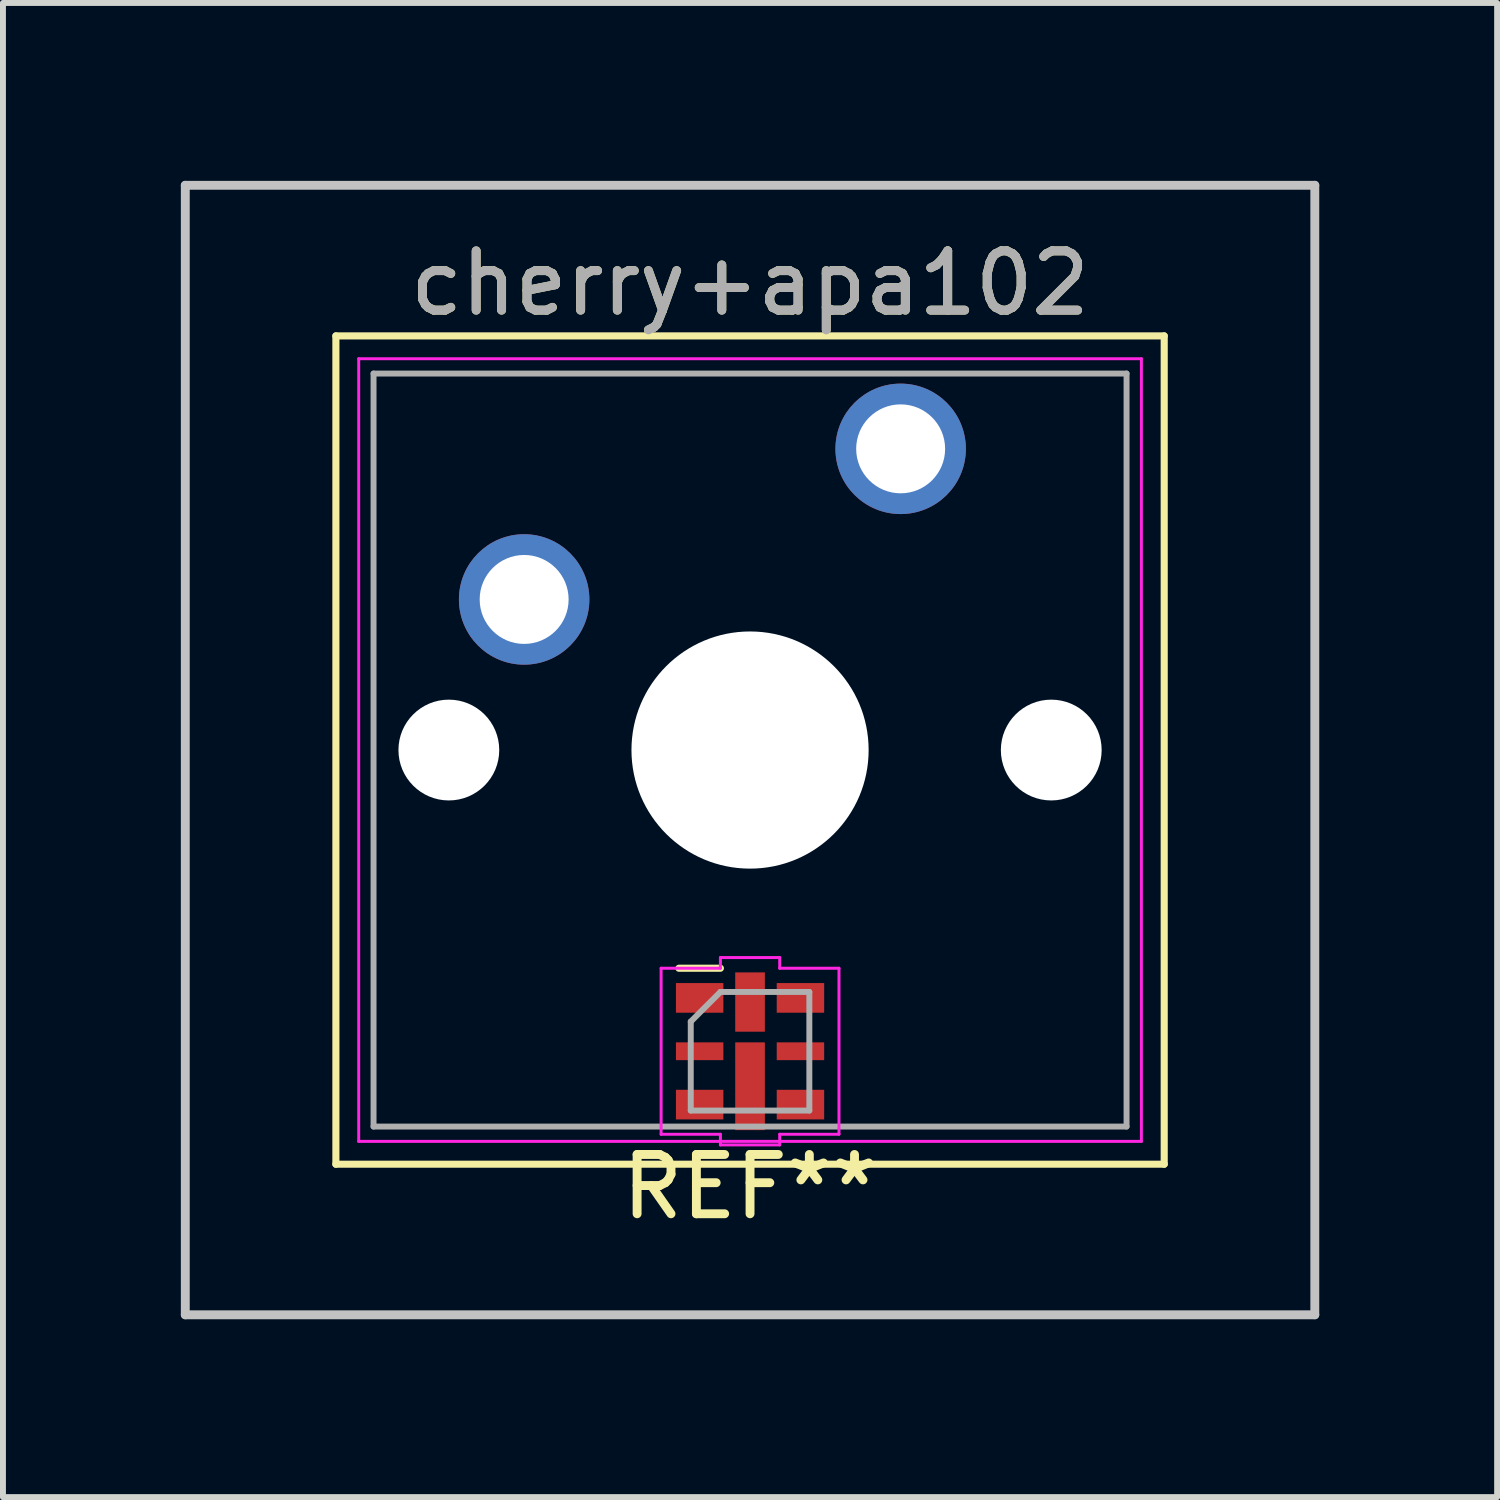
<source format=kicad_pcb>
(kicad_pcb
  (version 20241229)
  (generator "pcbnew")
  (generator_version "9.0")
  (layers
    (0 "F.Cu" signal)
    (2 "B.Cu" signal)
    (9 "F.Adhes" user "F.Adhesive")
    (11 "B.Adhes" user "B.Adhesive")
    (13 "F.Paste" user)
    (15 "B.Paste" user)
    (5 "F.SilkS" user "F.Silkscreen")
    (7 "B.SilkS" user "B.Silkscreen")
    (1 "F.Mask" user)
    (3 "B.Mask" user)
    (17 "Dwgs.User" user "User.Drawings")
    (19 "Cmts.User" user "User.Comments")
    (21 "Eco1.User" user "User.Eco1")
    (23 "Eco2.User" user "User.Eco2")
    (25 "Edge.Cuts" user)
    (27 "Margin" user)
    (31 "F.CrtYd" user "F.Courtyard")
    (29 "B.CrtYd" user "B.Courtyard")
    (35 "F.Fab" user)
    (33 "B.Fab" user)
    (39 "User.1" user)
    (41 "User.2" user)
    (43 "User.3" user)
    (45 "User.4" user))
  (footprint "cherry+apa102"
    (layer "F.Cu")
    (at 12.14 4.52)
    (property "Reference" "cherry+apa102" (at -2.54 -2.794 0) (layer "F.SilkS") (effects (font (size 1 1) (thickness 0.15))))
    (attr through_hole)
    (fp_line (start -9.525 -1.905) (end 4.445 -1.905) (stroke (width 0.12) (type solid)) (layer "F.SilkS"))
    (fp_line (start -9.525 12.065) (end -9.525 -1.905) (stroke (width 0.12) (type solid)) (layer "F.SilkS"))
    (fp_line (start -3.74 8.76) (end -3.04 8.76) (stroke (width 0.12) (type solid)) (layer "F.SilkS"))
    (fp_line (start 4.445 -1.905) (end 4.445 12.065) (stroke (width 0.12) (type solid)) (layer "F.SilkS"))
    (fp_line (start 4.445 12.065) (end -9.525 12.065) (stroke (width 0.12) (type solid)) (layer "F.SilkS"))
    (fp_line (start -12.065 -4.445) (end 6.985 -4.445) (stroke (width 0.15) (type solid)) (layer "Dwgs.User"))
    (fp_line (start -12.065 14.605) (end -12.065 -4.445) (stroke (width 0.15) (type solid)) (layer "Dwgs.User"))
    (fp_line (start 6.985 -4.445) (end 6.985 14.605) (stroke (width 0.15) (type solid)) (layer "Dwgs.User"))
    (fp_line (start 6.985 14.605) (end -12.065 14.605) (stroke (width 0.15) (type solid)) (layer "Dwgs.User"))
    (fp_line (start -9.14 -1.52) (end 4.06 -1.52) (stroke (width 0.05) (type solid)) (layer "F.CrtYd"))
    (fp_line (start -9.14 11.68) (end -9.14 -1.52) (stroke (width 0.05) (type solid)) (layer "F.CrtYd"))
    (fp_line (start -4.04 8.76) (end -4.04 11.56) (stroke (width 0.05) (type solid)) (layer "F.CrtYd"))
    (fp_line (start -4.04 8.76) (end -3.04 8.76) (stroke (width 0.05) (type solid)) (layer "F.CrtYd"))
    (fp_line (start -3.04 8.58) (end -2.04 8.58) (stroke (width 0.05) (type solid)) (layer "F.CrtYd"))
    (fp_line (start -3.04 8.76) (end -3.04 8.58) (stroke (width 0.05) (type solid)) (layer "F.CrtYd"))
    (fp_line (start -3.04 11.56) (end -4.04 11.56) (stroke (width 0.05) (type solid)) (layer "F.CrtYd"))
    (fp_line (start -3.04 11.56) (end -3.04 11.74) (stroke (width 0.05) (type solid)) (layer "F.CrtYd"))
    (fp_line (start -3.04 11.74) (end -2.04 11.74) (stroke (width 0.05) (type solid)) (layer "F.CrtYd"))
    (fp_line (start -2.04 8.58) (end -2.04 8.76) (stroke (width 0.05) (type solid)) (layer "F.CrtYd"))
    (fp_line (start -2.04 8.76) (end -1.04 8.76) (stroke (width 0.05) (type solid)) (layer "F.CrtYd"))
    (fp_line (start -2.04 11.74) (end -2.04 11.56) (stroke (width 0.05) (type solid)) (layer "F.CrtYd"))
    (fp_line (start -1.04 8.76) (end -1.04 11.56) (stroke (width 0.05) (type solid)) (layer "F.CrtYd"))
    (fp_line (start -1.04 11.56) (end -2.04 11.56) (stroke (width 0.05) (type solid)) (layer "F.CrtYd"))
    (fp_line (start 4.06 -1.52) (end 4.06 11.68) (stroke (width 0.05) (type solid)) (layer "F.CrtYd"))
    (fp_line (start 4.06 11.68) (end -9.14 11.68) (stroke (width 0.05) (type solid)) (layer "F.CrtYd"))
    (fp_line (start -8.89 -1.27) (end 3.81 -1.27) (stroke (width 0.1) (type solid)) (layer "F.Fab"))
    (fp_line (start -8.89 11.43) (end -8.89 -1.27) (stroke (width 0.1) (type solid)) (layer "F.Fab"))
    (fp_line (start -3.54 11.16) (end -3.54 9.66) (stroke (width 0.1) (type solid)) (layer "F.Fab"))
    (fp_line (start -3.04 9.16) (end -3.54 9.66) (stroke (width 0.1) (type solid)) (layer "F.Fab"))
    (fp_line (start -3.04 9.16) (end -1.54 9.16) (stroke (width 0.1) (type solid)) (layer "F.Fab"))
    (fp_line (start -1.54 9.16) (end -1.54 11.16) (stroke (width 0.1) (type solid)) (layer "F.Fab"))
    (fp_line (start -1.54 11.16) (end -3.54 11.16) (stroke (width 0.1) (type solid)) (layer "F.Fab"))
    (fp_line (start 3.81 -1.27) (end 3.81 11.43) (stroke (width 0.1) (type solid)) (layer "F.Fab"))
    (fp_line (start 3.81 11.43) (end -8.89 11.43) (stroke (width 0.1) (type solid)) (layer "F.Fab"))
    (fp_text user "REF**" (at -2.54 12.446 0) (layer "F.SilkS") (effects (font (size 1 1) (thickness 0.15))))
    (fp_text user "${REFERENCE}" (at -2.54 -2.794 0) (layer "F.Fab") (effects (font (size 1 1) (thickness 0.15))))
    (pad "" np_thru_hole circle (at -7.62 5.08) (size 1.7 1.7) (drill 1.7) (layers "*.Cu" "*.Mask"))
    (pad "" np_thru_hole circle (at -2.54 5.08) (size 4 4) (drill 4) (layers "*.Cu" "*.Mask"))
    (pad "" np_thru_hole circle (at 2.54 5.08) (size 1.7 1.7) (drill 1.7) (layers "*.Cu" "*.Mask"))
    (pad "1" thru_hole circle (at 0 0) (size 2.2 2.2) (drill 1.5) (layers "*.Cu" "*.Mask"))
    (pad "2" thru_hole circle (at -6.35 2.54) (size 2.2 2.2) (drill 1.5) (layers "*.Cu" "*.Mask"))
    (pad "CLK_IN" smd rect (at -3.39 10.16) (size 0.8 0.3) (layers "F.Cu" "F.Mask" "F.Paste"))
    (pad "CLK_OUT" smd rect (at -1.69 10.16) (size 0.8 0.3) (layers "F.Cu" "F.Mask" "F.Paste"))
    (pad "DATA_IN" smd rect (at -3.39 11.06) (size 0.8 0.5) (layers "F.Cu" "F.Mask" "F.Paste"))
    (pad "DATA_OUT" smd rect (at -1.69 11.06) (size 0.8 0.5) (layers "F.Cu" "F.Mask" "F.Paste"))
    (pad "GND" smd rect (at -3.39 9.26) (size 0.8 0.5) (layers "F.Cu" "F.Mask" "F.Paste"))
    (pad "GND" smd rect (at -2.54 10.75 90) (size 1.48 0.5) (layers "F.Cu" "F.Mask" "F.Paste"))
    (pad "VDD" smd rect (at -2.54 9.33 90) (size 1 0.5) (layers "F.Cu" "F.Mask" "F.Paste"))
    (pad "VDD" smd rect (at -1.69 9.26) (size 0.8 0.5) (layers "F.Cu" "F.Mask" "F.Paste")))
  (gr_rect
    (start -3 -3)
    (end 22.2 22.2)
    (stroke (width 0.1) (type default))
    (fill no)
    (layer "Edge.Cuts")))
</source>
